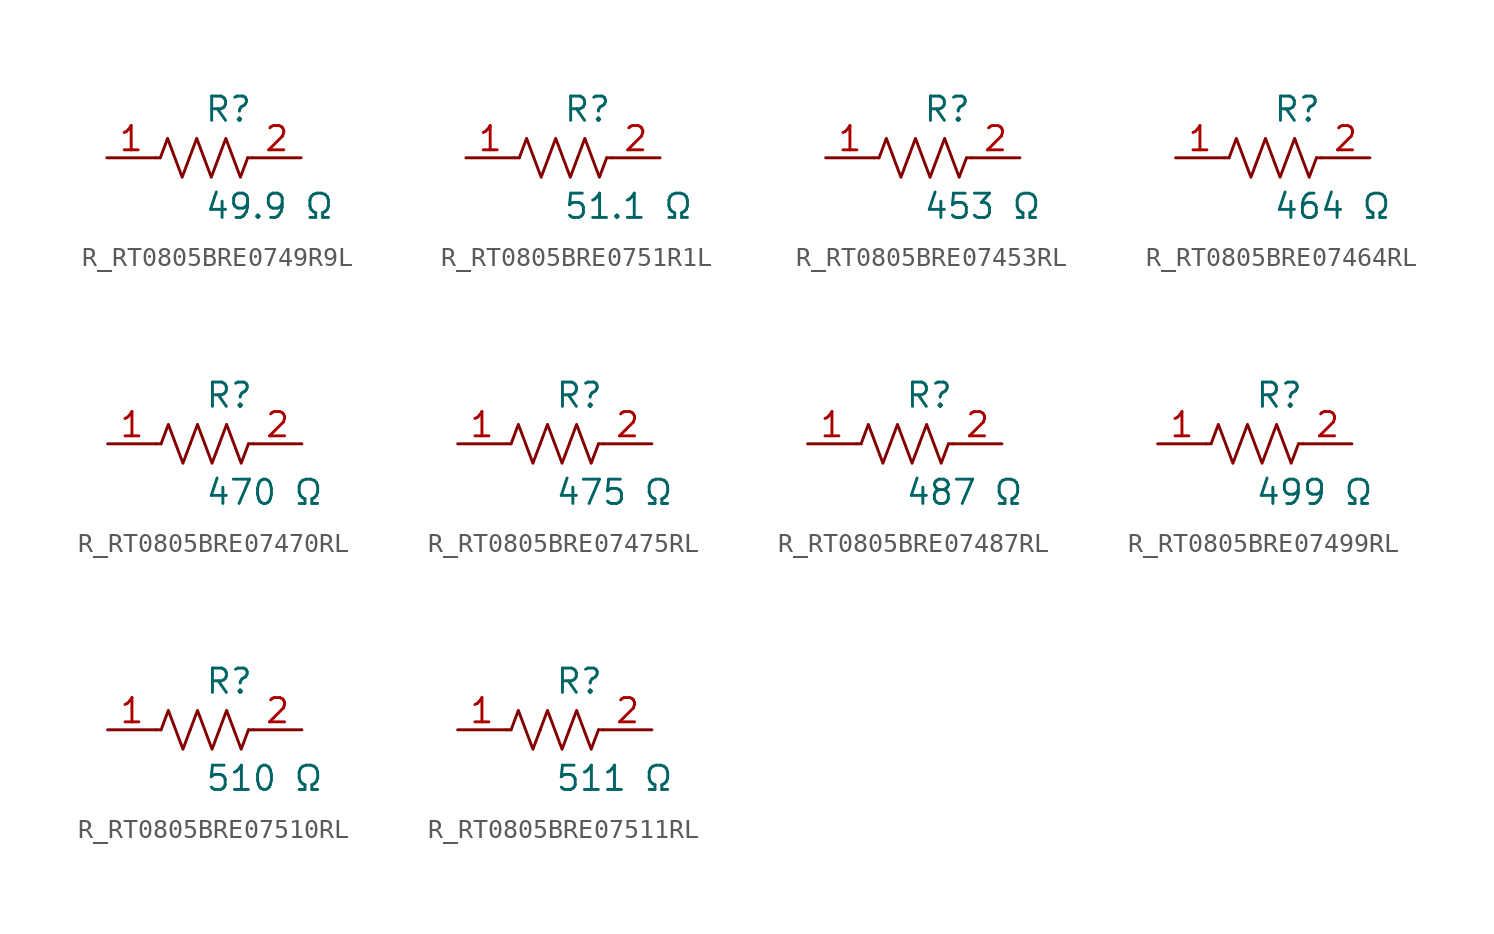
<source format=kicad_sym>
(kicad_symbol_lib
  (version 20231120)
  (generator kicad_symbol_editor)
  (generator_version 8.0)
  (symbol "R_RT0805BRE0749R9L"
    (pin_names
      (offset 0.254))
    (property "Reference" "R"
      (at 0.0 2.54 0)
      (effects (font (size 1.27 1.27)) (justify left)))
    (property "Value" "49.9 Ω"
      (at 0.0 -2.54 0)
      (effects (font (size 1.27 1.27)) (justify left)))
    (symbol "R_RT0805BRE0749R9L_0_1"
      (polyline (pts (xy 2.286 0) (xy 2.54 0)) (stroke (width 0) (type default)) (fill (type none)))
      (polyline (pts (xy -2.286 0) (xy -2.54 0)) (stroke (width 0) (type default)) (fill (type none)))
      (polyline (pts (xy 0.762 0) (xy 1.143 1.016) (xy 1.524 0) (xy 1.905 -1.016) (xy 2.286 0)) (stroke (width 0) (type default)) (fill (type none)))
      (polyline (pts (xy -0.762 0) (xy -0.381 1.016) (xy 0 0) (xy 0.381 -1.016) (xy 0.762 0)) (stroke (width 0) (type default)) (fill (type none)))
      (polyline (pts (xy -2.286 0) (xy -1.905 1.016) (xy -1.524 0) (xy -1.143 -1.016) (xy -0.762 0)) (stroke (width 0) (type default)) (fill (type none))))
    (pin unspecified line
      (at -5.08 0 0)
      (length 2.54)
      (name "" (effects (font (size 1.27 1.27))))
      (number "1" (effects (font (size 1.27 1.27)))))
    (pin unspecified line
      (at 5.08 0 180)
      (length 2.54)
      (name "" (effects (font (size 1.27 1.27))))
      (number "2" (effects (font (size 1.27 1.27))))))
  (symbol "R_RT0805BRE0751R1L"
    (pin_names
      (offset 0.254))
    (property "Reference" "R"
      (at 0.0 2.54 0)
      (effects (font (size 1.27 1.27)) (justify left)))
    (property "Value" "51.1 Ω"
      (at 0.0 -2.54 0)
      (effects (font (size 1.27 1.27)) (justify left)))
    (symbol "R_RT0805BRE0751R1L_0_1"
      (polyline (pts (xy 2.286 0) (xy 2.54 0)) (stroke (width 0) (type default)) (fill (type none)))
      (polyline (pts (xy -2.286 0) (xy -2.54 0)) (stroke (width 0) (type default)) (fill (type none)))
      (polyline (pts (xy 0.762 0) (xy 1.143 1.016) (xy 1.524 0) (xy 1.905 -1.016) (xy 2.286 0)) (stroke (width 0) (type default)) (fill (type none)))
      (polyline (pts (xy -0.762 0) (xy -0.381 1.016) (xy 0 0) (xy 0.381 -1.016) (xy 0.762 0)) (stroke (width 0) (type default)) (fill (type none)))
      (polyline (pts (xy -2.286 0) (xy -1.905 1.016) (xy -1.524 0) (xy -1.143 -1.016) (xy -0.762 0)) (stroke (width 0) (type default)) (fill (type none))))
    (pin unspecified line
      (at -5.08 0 0)
      (length 2.54)
      (name "" (effects (font (size 1.27 1.27))))
      (number "1" (effects (font (size 1.27 1.27)))))
    (pin unspecified line
      (at 5.08 0 180)
      (length 2.54)
      (name "" (effects (font (size 1.27 1.27))))
      (number "2" (effects (font (size 1.27 1.27))))))
  (symbol "R_RT0805BRE07453RL"
    (pin_names
      (offset 0.254))
    (property "Reference" "R"
      (at 0.0 2.54 0)
      (effects (font (size 1.27 1.27)) (justify left)))
    (property "Value" "453 Ω"
      (at 0.0 -2.54 0)
      (effects (font (size 1.27 1.27)) (justify left)))
    (symbol "R_RT0805BRE07453RL_0_1"
      (polyline (pts (xy 2.286 0) (xy 2.54 0)) (stroke (width 0) (type default)) (fill (type none)))
      (polyline (pts (xy -2.286 0) (xy -2.54 0)) (stroke (width 0) (type default)) (fill (type none)))
      (polyline (pts (xy 0.762 0) (xy 1.143 1.016) (xy 1.524 0) (xy 1.905 -1.016) (xy 2.286 0)) (stroke (width 0) (type default)) (fill (type none)))
      (polyline (pts (xy -0.762 0) (xy -0.381 1.016) (xy 0 0) (xy 0.381 -1.016) (xy 0.762 0)) (stroke (width 0) (type default)) (fill (type none)))
      (polyline (pts (xy -2.286 0) (xy -1.905 1.016) (xy -1.524 0) (xy -1.143 -1.016) (xy -0.762 0)) (stroke (width 0) (type default)) (fill (type none))))
    (pin unspecified line
      (at -5.08 0 0)
      (length 2.54)
      (name "" (effects (font (size 1.27 1.27))))
      (number "1" (effects (font (size 1.27 1.27)))))
    (pin unspecified line
      (at 5.08 0 180)
      (length 2.54)
      (name "" (effects (font (size 1.27 1.27))))
      (number "2" (effects (font (size 1.27 1.27))))))
  (symbol "R_RT0805BRE07464RL"
    (pin_names
      (offset 0.254))
    (property "Reference" "R"
      (at 0.0 2.54 0)
      (effects (font (size 1.27 1.27)) (justify left)))
    (property "Value" "464 Ω"
      (at 0.0 -2.54 0)
      (effects (font (size 1.27 1.27)) (justify left)))
    (symbol "R_RT0805BRE07464RL_0_1"
      (polyline (pts (xy 2.286 0) (xy 2.54 0)) (stroke (width 0) (type default)) (fill (type none)))
      (polyline (pts (xy -2.286 0) (xy -2.54 0)) (stroke (width 0) (type default)) (fill (type none)))
      (polyline (pts (xy 0.762 0) (xy 1.143 1.016) (xy 1.524 0) (xy 1.905 -1.016) (xy 2.286 0)) (stroke (width 0) (type default)) (fill (type none)))
      (polyline (pts (xy -0.762 0) (xy -0.381 1.016) (xy 0 0) (xy 0.381 -1.016) (xy 0.762 0)) (stroke (width 0) (type default)) (fill (type none)))
      (polyline (pts (xy -2.286 0) (xy -1.905 1.016) (xy -1.524 0) (xy -1.143 -1.016) (xy -0.762 0)) (stroke (width 0) (type default)) (fill (type none))))
    (pin unspecified line
      (at -5.08 0 0)
      (length 2.54)
      (name "" (effects (font (size 1.27 1.27))))
      (number "1" (effects (font (size 1.27 1.27)))))
    (pin unspecified line
      (at 5.08 0 180)
      (length 2.54)
      (name "" (effects (font (size 1.27 1.27))))
      (number "2" (effects (font (size 1.27 1.27))))))
  (symbol "R_RT0805BRE07470RL"
    (pin_names
      (offset 0.254))
    (property "Reference" "R"
      (at 0.0 2.54 0)
      (effects (font (size 1.27 1.27)) (justify left)))
    (property "Value" "470 Ω"
      (at 0.0 -2.54 0)
      (effects (font (size 1.27 1.27)) (justify left)))
    (symbol "R_RT0805BRE07470RL_0_1"
      (polyline (pts (xy 2.286 0) (xy 2.54 0)) (stroke (width 0) (type default)) (fill (type none)))
      (polyline (pts (xy -2.286 0) (xy -2.54 0)) (stroke (width 0) (type default)) (fill (type none)))
      (polyline (pts (xy 0.762 0) (xy 1.143 1.016) (xy 1.524 0) (xy 1.905 -1.016) (xy 2.286 0)) (stroke (width 0) (type default)) (fill (type none)))
      (polyline (pts (xy -0.762 0) (xy -0.381 1.016) (xy 0 0) (xy 0.381 -1.016) (xy 0.762 0)) (stroke (width 0) (type default)) (fill (type none)))
      (polyline (pts (xy -2.286 0) (xy -1.905 1.016) (xy -1.524 0) (xy -1.143 -1.016) (xy -0.762 0)) (stroke (width 0) (type default)) (fill (type none))))
    (pin unspecified line
      (at -5.08 0 0)
      (length 2.54)
      (name "" (effects (font (size 1.27 1.27))))
      (number "1" (effects (font (size 1.27 1.27)))))
    (pin unspecified line
      (at 5.08 0 180)
      (length 2.54)
      (name "" (effects (font (size 1.27 1.27))))
      (number "2" (effects (font (size 1.27 1.27))))))
  (symbol "R_RT0805BRE07475RL"
    (pin_names
      (offset 0.254))
    (property "Reference" "R"
      (at 0.0 2.54 0)
      (effects (font (size 1.27 1.27)) (justify left)))
    (property "Value" "475 Ω"
      (at 0.0 -2.54 0)
      (effects (font (size 1.27 1.27)) (justify left)))
    (symbol "R_RT0805BRE07475RL_0_1"
      (polyline (pts (xy 2.286 0) (xy 2.54 0)) (stroke (width 0) (type default)) (fill (type none)))
      (polyline (pts (xy -2.286 0) (xy -2.54 0)) (stroke (width 0) (type default)) (fill (type none)))
      (polyline (pts (xy 0.762 0) (xy 1.143 1.016) (xy 1.524 0) (xy 1.905 -1.016) (xy 2.286 0)) (stroke (width 0) (type default)) (fill (type none)))
      (polyline (pts (xy -0.762 0) (xy -0.381 1.016) (xy 0 0) (xy 0.381 -1.016) (xy 0.762 0)) (stroke (width 0) (type default)) (fill (type none)))
      (polyline (pts (xy -2.286 0) (xy -1.905 1.016) (xy -1.524 0) (xy -1.143 -1.016) (xy -0.762 0)) (stroke (width 0) (type default)) (fill (type none))))
    (pin unspecified line
      (at -5.08 0 0)
      (length 2.54)
      (name "" (effects (font (size 1.27 1.27))))
      (number "1" (effects (font (size 1.27 1.27)))))
    (pin unspecified line
      (at 5.08 0 180)
      (length 2.54)
      (name "" (effects (font (size 1.27 1.27))))
      (number "2" (effects (font (size 1.27 1.27))))))
  (symbol "R_RT0805BRE07487RL"
    (pin_names
      (offset 0.254))
    (property "Reference" "R"
      (at 0.0 2.54 0)
      (effects (font (size 1.27 1.27)) (justify left)))
    (property "Value" "487 Ω"
      (at 0.0 -2.54 0)
      (effects (font (size 1.27 1.27)) (justify left)))
    (symbol "R_RT0805BRE07487RL_0_1"
      (polyline (pts (xy 2.286 0) (xy 2.54 0)) (stroke (width 0) (type default)) (fill (type none)))
      (polyline (pts (xy -2.286 0) (xy -2.54 0)) (stroke (width 0) (type default)) (fill (type none)))
      (polyline (pts (xy 0.762 0) (xy 1.143 1.016) (xy 1.524 0) (xy 1.905 -1.016) (xy 2.286 0)) (stroke (width 0) (type default)) (fill (type none)))
      (polyline (pts (xy -0.762 0) (xy -0.381 1.016) (xy 0 0) (xy 0.381 -1.016) (xy 0.762 0)) (stroke (width 0) (type default)) (fill (type none)))
      (polyline (pts (xy -2.286 0) (xy -1.905 1.016) (xy -1.524 0) (xy -1.143 -1.016) (xy -0.762 0)) (stroke (width 0) (type default)) (fill (type none))))
    (pin unspecified line
      (at -5.08 0 0)
      (length 2.54)
      (name "" (effects (font (size 1.27 1.27))))
      (number "1" (effects (font (size 1.27 1.27)))))
    (pin unspecified line
      (at 5.08 0 180)
      (length 2.54)
      (name "" (effects (font (size 1.27 1.27))))
      (number "2" (effects (font (size 1.27 1.27))))))
  (symbol "R_RT0805BRE07499RL"
    (pin_names
      (offset 0.254))
    (property "Reference" "R"
      (at 0.0 2.54 0)
      (effects (font (size 1.27 1.27)) (justify left)))
    (property "Value" "499 Ω"
      (at 0.0 -2.54 0)
      (effects (font (size 1.27 1.27)) (justify left)))
    (symbol "R_RT0805BRE07499RL_0_1"
      (polyline (pts (xy 2.286 0) (xy 2.54 0)) (stroke (width 0) (type default)) (fill (type none)))
      (polyline (pts (xy -2.286 0) (xy -2.54 0)) (stroke (width 0) (type default)) (fill (type none)))
      (polyline (pts (xy 0.762 0) (xy 1.143 1.016) (xy 1.524 0) (xy 1.905 -1.016) (xy 2.286 0)) (stroke (width 0) (type default)) (fill (type none)))
      (polyline (pts (xy -0.762 0) (xy -0.381 1.016) (xy 0 0) (xy 0.381 -1.016) (xy 0.762 0)) (stroke (width 0) (type default)) (fill (type none)))
      (polyline (pts (xy -2.286 0) (xy -1.905 1.016) (xy -1.524 0) (xy -1.143 -1.016) (xy -0.762 0)) (stroke (width 0) (type default)) (fill (type none))))
    (pin unspecified line
      (at -5.08 0 0)
      (length 2.54)
      (name "" (effects (font (size 1.27 1.27))))
      (number "1" (effects (font (size 1.27 1.27)))))
    (pin unspecified line
      (at 5.08 0 180)
      (length 2.54)
      (name "" (effects (font (size 1.27 1.27))))
      (number "2" (effects (font (size 1.27 1.27))))))
  (symbol "R_RT0805BRE07510RL"
    (pin_names
      (offset 0.254))
    (property "Reference" "R"
      (at 0.0 2.54 0)
      (effects (font (size 1.27 1.27)) (justify left)))
    (property "Value" "510 Ω"
      (at 0.0 -2.54 0)
      (effects (font (size 1.27 1.27)) (justify left)))
    (symbol "R_RT0805BRE07510RL_0_1"
      (polyline (pts (xy 2.286 0) (xy 2.54 0)) (stroke (width 0) (type default)) (fill (type none)))
      (polyline (pts (xy -2.286 0) (xy -2.54 0)) (stroke (width 0) (type default)) (fill (type none)))
      (polyline (pts (xy 0.762 0) (xy 1.143 1.016) (xy 1.524 0) (xy 1.905 -1.016) (xy 2.286 0)) (stroke (width 0) (type default)) (fill (type none)))
      (polyline (pts (xy -0.762 0) (xy -0.381 1.016) (xy 0 0) (xy 0.381 -1.016) (xy 0.762 0)) (stroke (width 0) (type default)) (fill (type none)))
      (polyline (pts (xy -2.286 0) (xy -1.905 1.016) (xy -1.524 0) (xy -1.143 -1.016) (xy -0.762 0)) (stroke (width 0) (type default)) (fill (type none))))
    (pin unspecified line
      (at -5.08 0 0)
      (length 2.54)
      (name "" (effects (font (size 1.27 1.27))))
      (number "1" (effects (font (size 1.27 1.27)))))
    (pin unspecified line
      (at 5.08 0 180)
      (length 2.54)
      (name "" (effects (font (size 1.27 1.27))))
      (number "2" (effects (font (size 1.27 1.27))))))
  (symbol "R_RT0805BRE07511RL"
    (pin_names
      (offset 0.254))
    (property "Reference" "R"
      (at 0.0 2.54 0)
      (effects (font (size 1.27 1.27)) (justify left)))
    (property "Value" "511 Ω"
      (at 0.0 -2.54 0)
      (effects (font (size 1.27 1.27)) (justify left)))
    (symbol "R_RT0805BRE07511RL_0_1"
      (polyline (pts (xy 2.286 0) (xy 2.54 0)) (stroke (width 0) (type default)) (fill (type none)))
      (polyline (pts (xy -2.286 0) (xy -2.54 0)) (stroke (width 0) (type default)) (fill (type none)))
      (polyline (pts (xy 0.762 0) (xy 1.143 1.016) (xy 1.524 0) (xy 1.905 -1.016) (xy 2.286 0)) (stroke (width 0) (type default)) (fill (type none)))
      (polyline (pts (xy -0.762 0) (xy -0.381 1.016) (xy 0 0) (xy 0.381 -1.016) (xy 0.762 0)) (stroke (width 0) (type default)) (fill (type none)))
      (polyline (pts (xy -2.286 0) (xy -1.905 1.016) (xy -1.524 0) (xy -1.143 -1.016) (xy -0.762 0)) (stroke (width 0) (type default)) (fill (type none))))
    (pin unspecified line
      (at -5.08 0 0)
      (length 2.54)
      (name "" (effects (font (size 1.27 1.27))))
      (number "1" (effects (font (size 1.27 1.27)))))
    (pin unspecified line
      (at 5.08 0 180)
      (length 2.54)
      (name "" (effects (font (size 1.27 1.27))))
      (number "2" (effects (font (size 1.27 1.27)))))))
</source>
